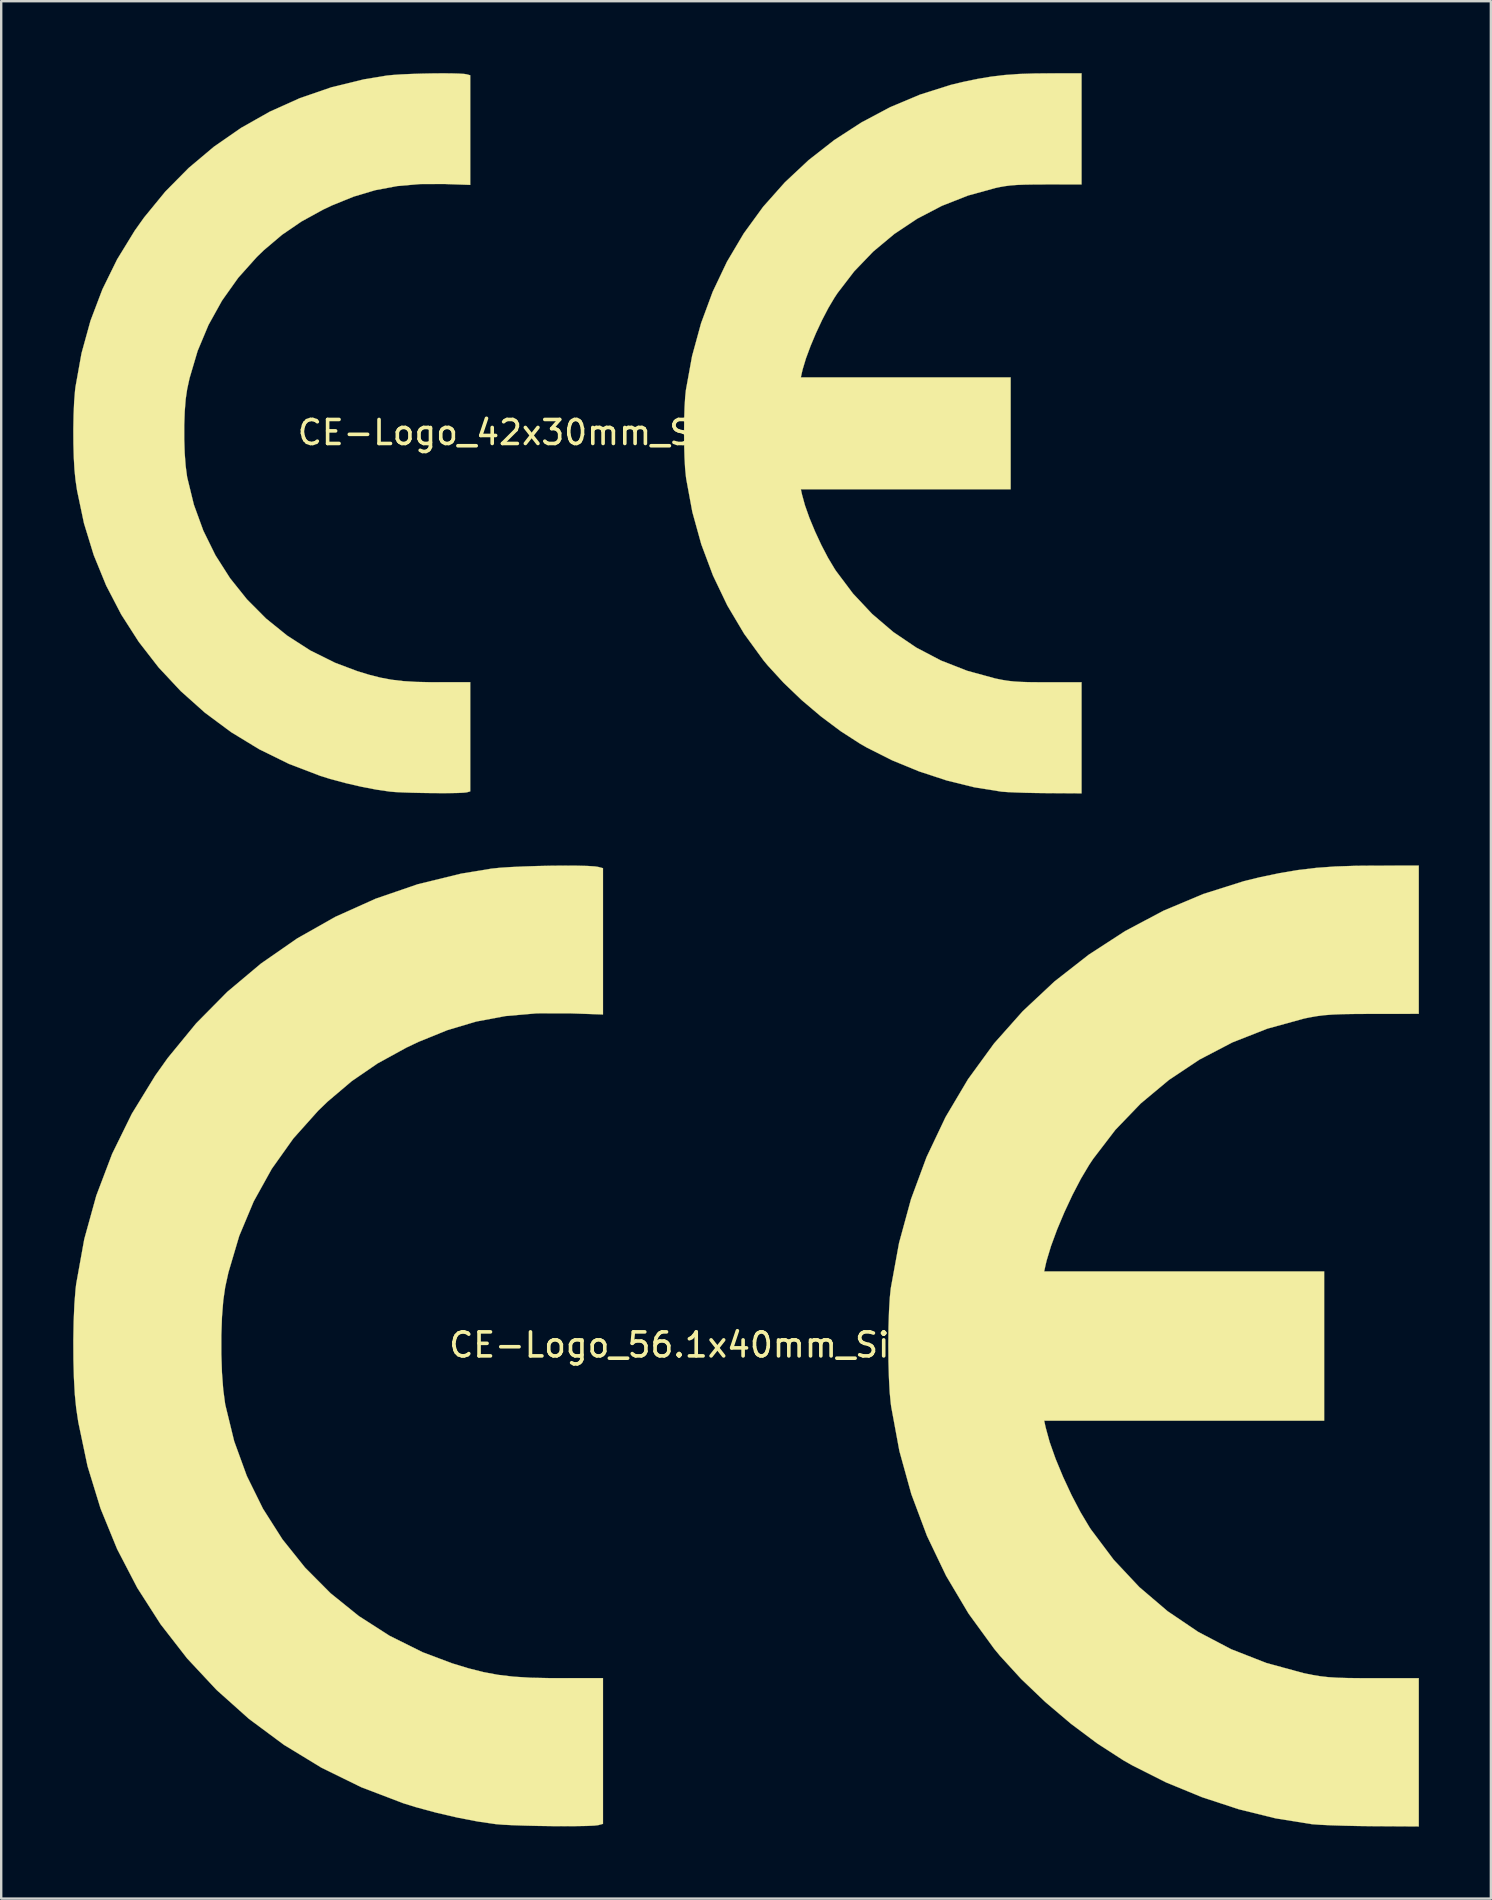
<source format=kicad_pcb>
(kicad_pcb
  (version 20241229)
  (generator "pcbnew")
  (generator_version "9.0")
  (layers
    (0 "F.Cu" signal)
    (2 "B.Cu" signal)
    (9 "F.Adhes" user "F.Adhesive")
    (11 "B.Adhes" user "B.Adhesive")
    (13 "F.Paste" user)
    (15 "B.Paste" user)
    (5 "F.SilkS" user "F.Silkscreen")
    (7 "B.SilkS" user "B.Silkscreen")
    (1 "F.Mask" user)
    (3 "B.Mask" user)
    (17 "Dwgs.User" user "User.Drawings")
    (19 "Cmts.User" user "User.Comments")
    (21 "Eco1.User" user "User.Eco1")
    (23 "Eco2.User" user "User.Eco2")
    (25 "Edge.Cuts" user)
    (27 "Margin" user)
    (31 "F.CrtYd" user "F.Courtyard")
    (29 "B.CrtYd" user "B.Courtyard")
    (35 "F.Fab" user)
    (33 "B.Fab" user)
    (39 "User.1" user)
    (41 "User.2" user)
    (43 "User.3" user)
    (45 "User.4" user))
  (footprint "CE-Logo_56.1x40mm_SilkScreen"
    (layer "F.Cu")
    (at 28.025 52.979)
    (property "Reference" "CE-Logo_56.1x40mm_SilkScreen" (at 0 0 0) (layer "F.SilkS") (effects (font (size 1 1) (thickness 0.15))))
    (attr exclude_from_pos_files exclude_from_bom)
    (fp_poly (pts (xy -7.023 -19.966) (xy -6.596 -19.955) (xy -6.288 -19.935) (xy -6.153 -19.914) (xy -5.956 -19.862) (xy -5.956 -13.768) (xy -7.343 -13.816) (xy -8.732 -13.814) (xy -10.018 -13.702) (xy -11.239 -13.473) (xy -12.435 -13.117) (xy -13.644 -12.626) (xy -14.145 -12.388) (xy -15.341 -11.732) (xy -16.417 -10.995) (xy -17.426 -10.14) (xy -17.819 -9.761) (xy -18.856 -8.601) (xy -19.753 -7.339) (xy -20.506 -5.982) (xy -21.11 -4.541) (xy -21.56 -3.021) (xy -21.694 -2.409) (xy -21.774 -1.852) (xy -21.828 -1.17) (xy -21.855 -0.411) (xy -21.855 0.379) (xy -21.829 1.151) (xy -21.776 1.858) (xy -21.697 2.451) (xy -21.689 2.496) (xy -21.319 4.011) (xy -20.794 5.455) (xy -20.121 6.82) (xy -19.309 8.097) (xy -18.367 9.274) (xy -17.304 10.343) (xy -16.127 11.293) (xy -14.846 12.115) (xy -13.468 12.8) (xy -12.253 13.258) (xy -11.57 13.467) (xy -10.943 13.626) (xy -10.329 13.741) (xy -9.685 13.817) (xy -8.969 13.862) (xy -8.138 13.879) (xy -7.773 13.88) (xy -5.956 13.878) (xy -5.956 19.949) (xy -6.153 20.002) (xy -6.321 20.022) (xy -6.632 20.036) (xy -7.054 20.043) (xy -7.555 20.046) (xy -8.103 20.043) (xy -8.665 20.035) (xy -9.21 20.022) (xy -9.705 20.005) (xy -10.119 19.985) (xy -10.419 19.96) (xy -10.423 19.96) (xy -11.171 19.851) (xy -12.016 19.688) (xy -12.893 19.485) (xy -13.737 19.257) (xy -14.274 19.091) (xy -16.026 18.422) (xy -17.686 17.608) (xy -19.248 16.656) (xy -20.705 15.575) (xy -22.051 14.372) (xy -23.28 13.056) (xy -24.384 11.634) (xy -25.358 10.114) (xy -26.194 8.505) (xy -26.886 6.813) (xy -27.428 5.048) (xy -27.813 3.216) (xy -27.901 2.628) (xy -27.957 2.066) (xy -27.995 1.378) (xy -28.016 0.609) (xy -28.02 -0.193) (xy -28.006 -0.981) (xy -27.975 -1.708) (xy -27.926 -2.327) (xy -27.901 -2.54) (xy -27.564 -4.411) (xy -27.064 -6.219) (xy -26.404 -7.96) (xy -25.585 -9.629) (xy -24.608 -11.222) (xy -24.086 -11.956) (xy -22.906 -13.395) (xy -21.608 -14.709) (xy -20.202 -15.89) (xy -18.697 -16.935) (xy -17.102 -17.837) (xy -15.425 -18.591) (xy -13.676 -19.192) (xy -11.864 -19.635) (xy -10.601 -19.843) (xy -10.253 -19.879) (xy -9.797 -19.909) (xy -9.265 -19.933) (xy -8.689 -19.952) (xy -8.102 -19.964) (xy -7.536 -19.969) (xy -7.023 -19.966)) (stroke (width 0.01) (type solid)) (fill yes) (layer "F.SilkS"))
    (fp_poly (pts (xy 28.028 -16.882) (xy 28.028 -13.795) (xy 26.079 -13.793) (xy 25.404 -13.79) (xy 24.87 -13.782) (xy 24.443 -13.765) (xy 24.089 -13.738) (xy 23.775 -13.698) (xy 23.466 -13.643) (xy 23.241 -13.596) (xy 21.719 -13.177) (xy 20.267 -12.606) (xy 18.897 -11.891) (xy 17.619 -11.04) (xy 16.446 -10.061) (xy 15.389 -8.962) (xy 14.461 -7.75) (xy 14.298 -7.505) (xy 13.955 -6.929) (xy 13.605 -6.258) (xy 13.267 -5.536) (xy 12.961 -4.809) (xy 12.708 -4.121) (xy 12.526 -3.52) (xy 12.485 -3.35) (xy 12.423 -3.066) (xy 24.086 -3.066) (xy 24.086 3.153) (xy 12.423 3.153) (xy 12.485 3.438) (xy 12.651 4.043) (xy 12.899 4.744) (xy 13.21 5.494) (xy 13.561 6.249) (xy 13.934 6.962) (xy 14.307 7.587) (xy 14.369 7.682) (xy 15.321 8.95) (xy 16.388 10.087) (xy 17.565 11.091) (xy 18.843 11.955) (xy 20.218 12.676) (xy 21.681 13.249) (xy 23.227 13.67) (xy 23.265 13.678) (xy 23.613 13.749) (xy 23.934 13.801) (xy 24.262 13.838) (xy 24.635 13.862) (xy 25.087 13.875) (xy 25.654 13.881) (xy 26.123 13.882) (xy 28.028 13.882) (xy 28.028 20.057) (xy 26.123 20.046) (xy 25.514 20.039) (xy 24.92 20.026) (xy 24.378 20.009) (xy 23.928 19.988) (xy 23.607 19.965) (xy 23.561 19.96) (xy 22.068 19.72) (xy 20.533 19.342) (xy 18.998 18.838) (xy 17.503 18.223) (xy 16.092 17.512) (xy 15.722 17.301) (xy 14.639 16.602) (xy 13.541 15.781) (xy 12.47 14.873) (xy 11.469 13.917) (xy 10.583 12.949) (xy 10.341 12.656) (xy 9.273 11.189) (xy 8.338 9.616) (xy 7.541 7.952) (xy 6.89 6.214) (xy 6.392 4.417) (xy 6.052 2.576) (xy 6.035 2.452) (xy 5.989 1.978) (xy 5.957 1.377) (xy 5.937 0.695) (xy 5.931 -0.026) (xy 5.939 -0.742) (xy 5.96 -1.408) (xy 5.994 -1.981) (xy 6.034 -2.365) (xy 6.378 -4.251) (xy 6.876 -6.075) (xy 7.524 -7.827) (xy 8.316 -9.495) (xy 9.25 -11.069) (xy 10.319 -12.537) (xy 10.341 -12.566) (xy 11.535 -13.909) (xy 12.854 -15.144) (xy 14.281 -16.259) (xy 15.8 -17.245) (xy 17.396 -18.091) (xy 19.052 -18.787) (xy 20.751 -19.324) (xy 21.415 -19.486) (xy 22.236 -19.657) (xy 22.998 -19.785) (xy 23.752 -19.875) (xy 24.545 -19.933) (xy 25.428 -19.962) (xy 26.166 -19.968) (xy 28.028 -19.97) (xy 28.028 -16.882)) (stroke (width 0.01) (type solid)) (fill yes) (layer "F.SilkS")))
  (footprint "CE-Logo_42x30mm_SilkScreen"
    (layer "F.Cu")
    (at 21.002 14.969)
    (property "Reference" "CE-Logo_42x30mm_SilkScreen" (at 0 0 0) (layer "F.SilkS") (effects (font (size 1 1) (thickness 0.15))))
    (attr exclude_from_pos_files exclude_from_bom)
    (fp_poly (pts (xy -5.263 -14.962) (xy -4.943 -14.953) (xy -4.712 -14.939) (xy -4.611 -14.923) (xy -4.463 -14.883) (xy -4.463 -10.317) (xy -5.503 -10.353) (xy -6.544 -10.352) (xy -7.507 -10.268) (xy -8.422 -10.096) (xy -9.318 -9.829) (xy -10.224 -9.462) (xy -10.6 -9.283) (xy -11.495 -8.791) (xy -12.302 -8.239) (xy -13.058 -7.599) (xy -13.353 -7.314) (xy -14.13 -6.445) (xy -14.802 -5.499) (xy -15.366 -4.483) (xy -15.819 -3.402) (xy -16.156 -2.264) (xy -16.256 -1.805) (xy -16.317 -1.388) (xy -16.357 -0.877) (xy -16.377 -0.308) (xy -16.377 0.284) (xy -16.358 0.862) (xy -16.318 1.392) (xy -16.259 1.837) (xy -16.253 1.871) (xy -15.976 3.005) (xy -15.582 4.088) (xy -15.078 5.111) (xy -14.469 6.067) (xy -13.764 6.949) (xy -12.967 7.75) (xy -12.085 8.462) (xy -11.125 9.079) (xy -10.092 9.592) (xy -9.182 9.935) (xy -8.67 10.092) (xy -8.2 10.211) (xy -7.74 10.297) (xy -7.258 10.354) (xy -6.721 10.387) (xy -6.099 10.401) (xy -5.825 10.401) (xy -4.463 10.4) (xy -4.463 14.949) (xy -4.611 14.989) (xy -4.737 15.003) (xy -4.97 15.014) (xy -5.286 15.02) (xy -5.661 15.021) (xy -6.072 15.019) (xy -6.493 15.013) (xy -6.901 15.004) (xy -7.273 14.991) (xy -7.583 14.976) (xy -7.808 14.957) (xy -7.81 14.957) (xy -8.371 14.875) (xy -9.004 14.753) (xy -9.661 14.601) (xy -10.294 14.431) (xy -10.697 14.306) (xy -12.009 13.805) (xy -13.253 13.194) (xy -14.423 12.481) (xy -15.515 11.671) (xy -16.524 10.77) (xy -17.445 9.784) (xy -18.272 8.718) (xy -19.002 7.579) (xy -19.629 6.373) (xy -20.147 5.105) (xy -20.553 3.782) (xy -20.842 2.41) (xy -20.907 1.969) (xy -20.949 1.548) (xy -20.978 1.033) (xy -20.994 0.456) (xy -20.997 -0.144) (xy -20.986 -0.735) (xy -20.963 -1.28) (xy -20.926 -1.744) (xy -20.907 -1.903) (xy -20.655 -3.306) (xy -20.281 -4.661) (xy -19.786 -5.965) (xy -19.172 -7.215) (xy -18.44 -8.409) (xy -18.049 -8.959) (xy -17.165 -10.038) (xy -16.192 -11.022) (xy -15.139 -11.908) (xy -14.011 -12.69) (xy -12.815 -13.366) (xy -11.559 -13.931) (xy -10.248 -14.382) (xy -8.89 -14.714) (xy -7.944 -14.87) (xy -7.683 -14.896) (xy -7.342 -14.919) (xy -6.943 -14.937) (xy -6.511 -14.951) (xy -6.071 -14.96) (xy -5.647 -14.964) (xy -5.263 -14.962)) (stroke (width 0.01) (type solid)) (fill yes) (layer "F.SilkS"))
    (fp_poly (pts (xy 21.003 -12.651) (xy 21.003 -10.337) (xy 19.542 -10.336) (xy 19.036 -10.334) (xy 18.636 -10.327) (xy 18.316 -10.315) (xy 18.051 -10.295) (xy 17.816 -10.265) (xy 17.584 -10.224) (xy 17.416 -10.188) (xy 16.276 -9.874) (xy 15.188 -9.446) (xy 14.16 -8.91) (xy 13.203 -8.273) (xy 12.324 -7.539) (xy 11.532 -6.715) (xy 10.836 -5.808) (xy 10.714 -5.624) (xy 10.457 -5.192) (xy 10.195 -4.689) (xy 9.942 -4.148) (xy 9.713 -3.603) (xy 9.522 -3.088) (xy 9.386 -2.637) (xy 9.356 -2.51) (xy 9.309 -2.297) (xy 18.049 -2.297) (xy 18.049 2.363) (xy 9.309 2.363) (xy 9.356 2.576) (xy 9.48 3.029) (xy 9.666 3.555) (xy 9.899 4.117) (xy 10.162 4.683) (xy 10.441 5.217) (xy 10.721 5.685) (xy 10.768 5.757) (xy 11.481 6.707) (xy 12.281 7.559) (xy 13.162 8.311) (xy 14.12 8.959) (xy 15.15 9.499) (xy 16.247 9.928) (xy 17.405 10.244) (xy 17.434 10.25) (xy 17.694 10.303) (xy 17.935 10.342) (xy 18.181 10.369) (xy 18.46 10.387) (xy 18.799 10.398) (xy 19.224 10.402) (xy 19.575 10.403) (xy 21.003 10.403) (xy 21.003 15.03) (xy 19.575 15.021) (xy 19.119 15.016) (xy 18.674 15.007) (xy 18.268 14.993) (xy 17.931 14.978) (xy 17.69 14.961) (xy 17.655 14.957) (xy 16.537 14.778) (xy 15.387 14.494) (xy 14.236 14.116) (xy 13.116 13.656) (xy 12.058 13.123) (xy 11.781 12.964) (xy 10.97 12.441) (xy 10.147 11.825) (xy 9.344 11.145) (xy 8.595 10.428) (xy 7.931 9.703) (xy 7.749 9.484) (xy 6.949 8.385) (xy 6.248 7.206) (xy 5.651 5.959) (xy 5.163 4.656) (xy 4.79 3.31) (xy 4.535 1.931) (xy 4.523 1.838) (xy 4.488 1.482) (xy 4.464 1.032) (xy 4.449 0.521) (xy 4.445 -0.02) (xy 4.45 -0.556) (xy 4.466 -1.055) (xy 4.492 -1.485) (xy 4.522 -1.772) (xy 4.779 -3.186) (xy 5.153 -4.553) (xy 5.638 -5.865) (xy 6.232 -7.115) (xy 6.931 -8.294) (xy 7.732 -9.395) (xy 7.749 -9.416) (xy 8.644 -10.423) (xy 9.632 -11.348) (xy 10.701 -12.184) (xy 11.84 -12.922) (xy 13.036 -13.557) (xy 14.276 -14.078) (xy 15.55 -14.481) (xy 16.048 -14.602) (xy 16.662 -14.73) (xy 17.234 -14.826) (xy 17.799 -14.894) (xy 18.393 -14.937) (xy 19.055 -14.958) (xy 19.608 -14.963) (xy 21.003 -14.964) (xy 21.003 -12.651)) (stroke (width 0.01) (type solid)) (fill yes) (layer "F.SilkS")))
  (gr_rect
    (start -3 -3)
    (end 59.057 76.041)
    (stroke (width 0.1) (type default))
    (fill no)
    (layer "Edge.Cuts")))
</source>
